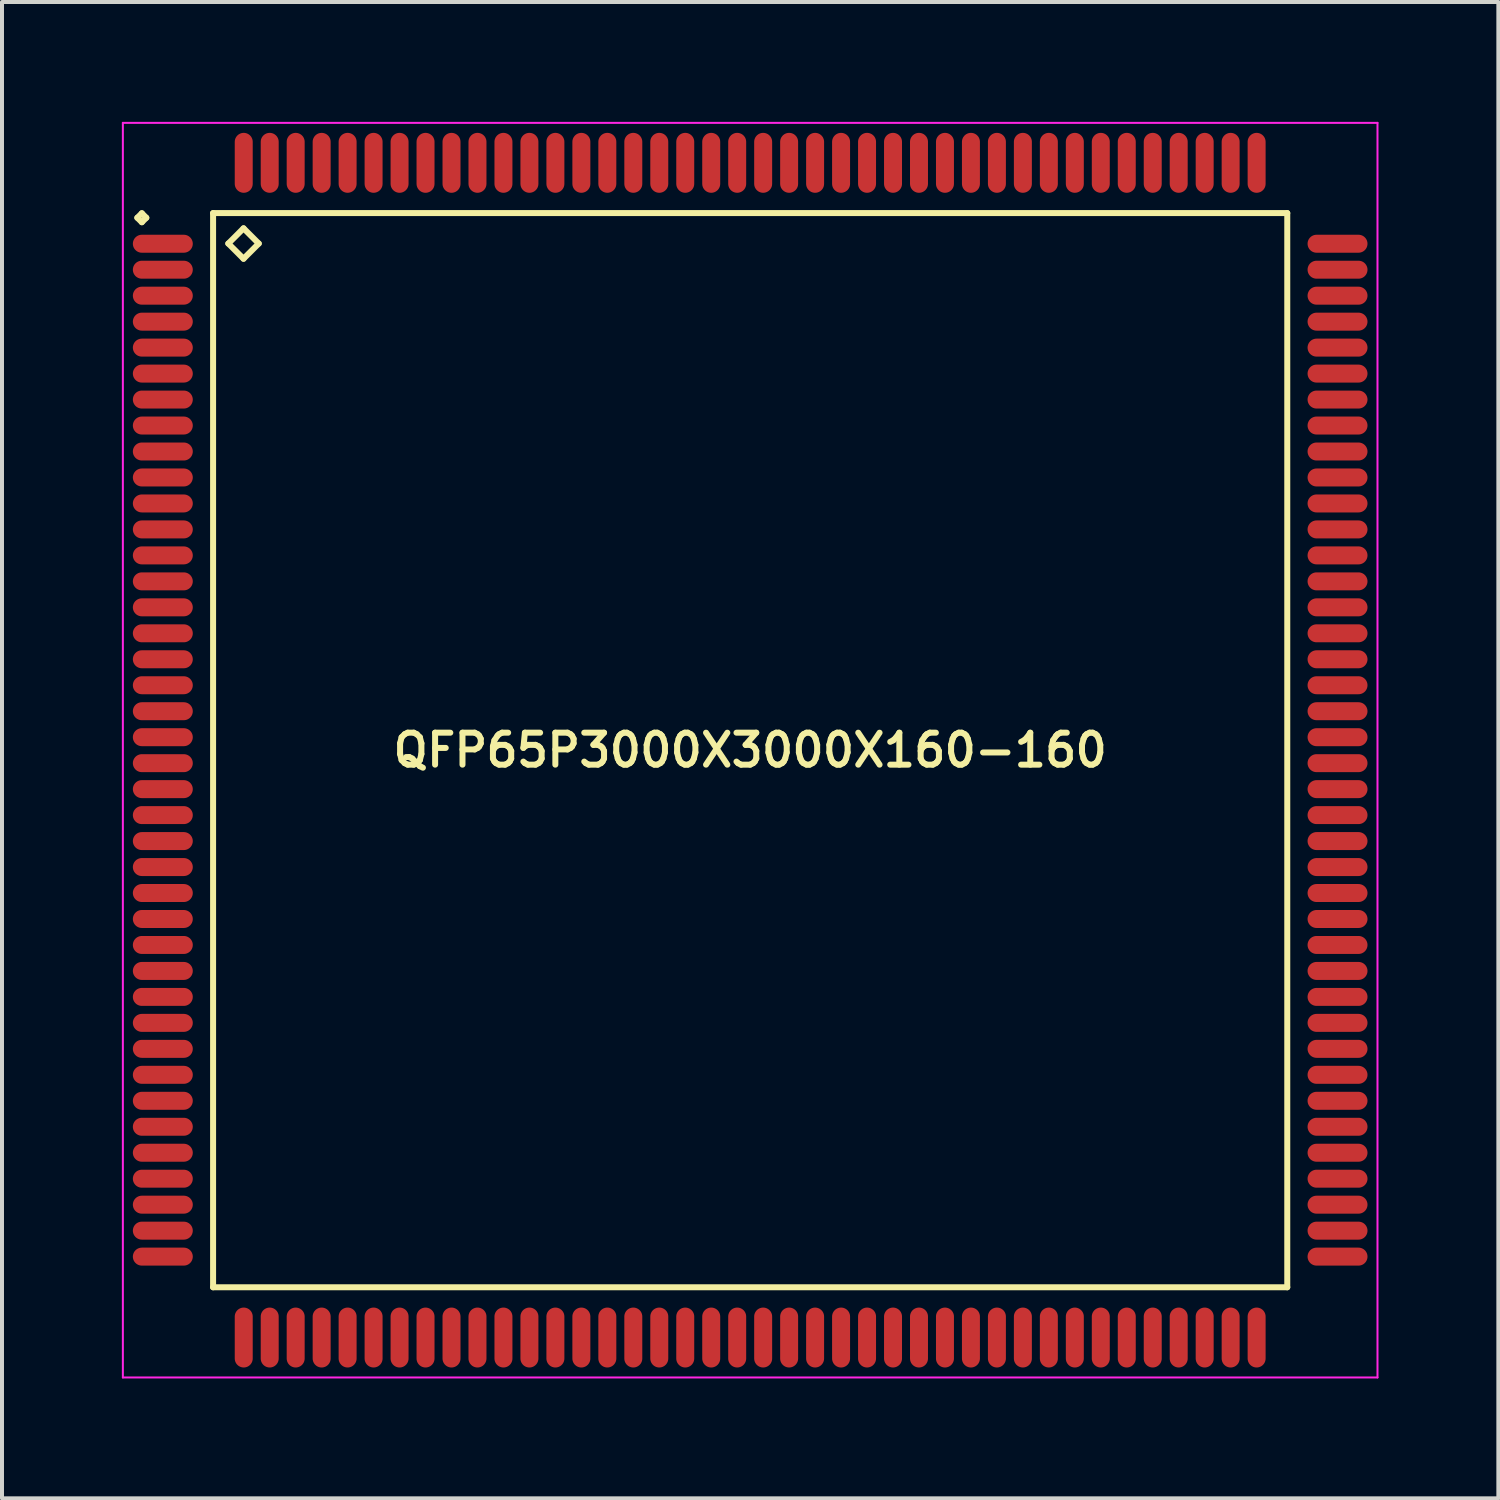
<source format=kicad_pcb>
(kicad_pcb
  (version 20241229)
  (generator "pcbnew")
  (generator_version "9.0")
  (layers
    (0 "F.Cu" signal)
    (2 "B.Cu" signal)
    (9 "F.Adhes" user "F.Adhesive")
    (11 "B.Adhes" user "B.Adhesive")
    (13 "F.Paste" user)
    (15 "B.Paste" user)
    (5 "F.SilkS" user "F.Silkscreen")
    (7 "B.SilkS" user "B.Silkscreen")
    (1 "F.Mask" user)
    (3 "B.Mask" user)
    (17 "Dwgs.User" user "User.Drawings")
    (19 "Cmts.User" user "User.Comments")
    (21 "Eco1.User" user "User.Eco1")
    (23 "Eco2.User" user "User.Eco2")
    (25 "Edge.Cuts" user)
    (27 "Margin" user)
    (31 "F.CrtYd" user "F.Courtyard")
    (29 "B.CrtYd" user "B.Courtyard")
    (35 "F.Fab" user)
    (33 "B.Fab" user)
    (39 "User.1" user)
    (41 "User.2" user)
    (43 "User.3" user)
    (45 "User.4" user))
  (footprint "QFP65P3000X3000X160-160"
    (layer "F.Cu")
    (at 15.725 15.725)
    (property "Reference" "QFP65P3000X3000X160-160" (at 0 0 0) (layer "F.SilkS") (effects (font (size 0.8 0.8) (thickness 0.15))))
    (attr smd)
    (fp_line (start -15.338 -13.325) (end -15.225 -13.438) (stroke (width 0.15) (type solid)) (layer "F.SilkS"))
    (fp_line (start -15.225 -13.438) (end -15.113 -13.325) (stroke (width 0.15) (type solid)) (layer "F.SilkS"))
    (fp_line (start -15.225 -13.213) (end -15.338 -13.325) (stroke (width 0.15) (type solid)) (layer "F.SilkS"))
    (fp_line (start -15.113 -13.325) (end -15.225 -13.213) (stroke (width 0.15) (type solid)) (layer "F.SilkS"))
    (fp_line (start -13.442 -13.442) (end -13.442 13.442) (stroke (width 0.15) (type solid)) (layer "F.SilkS"))
    (fp_line (start -13.442 13.442) (end 13.442 13.442) (stroke (width 0.15) (type solid)) (layer "F.SilkS"))
    (fp_line (start -13.061 -12.68) (end -12.68 -13.061) (stroke (width 0.15) (type solid)) (layer "F.SilkS"))
    (fp_line (start -12.68 -13.061) (end -12.299 -12.68) (stroke (width 0.15) (type solid)) (layer "F.SilkS"))
    (fp_line (start -12.68 -12.299) (end -13.061 -12.68) (stroke (width 0.15) (type solid)) (layer "F.SilkS"))
    (fp_line (start -12.299 -12.68) (end -12.68 -12.299) (stroke (width 0.15) (type solid)) (layer "F.SilkS"))
    (fp_line (start 13.442 -13.442) (end -13.442 -13.442) (stroke (width 0.15) (type solid)) (layer "F.SilkS"))
    (fp_line (start 13.442 13.442) (end 13.442 -13.442) (stroke (width 0.15) (type solid)) (layer "F.SilkS"))
    (fp_line (start -15.7 -15.7) (end 15.7 -15.7) (stroke (width 0.05) (type solid)) (layer "F.CrtYd"))
    (fp_line (start -15.7 15.7) (end -15.7 -15.7) (stroke (width 0.05) (type solid)) (layer "F.CrtYd"))
    (fp_line (start 15.7 -15.7) (end 15.7 15.7) (stroke (width 0.05) (type solid)) (layer "F.CrtYd"))
    (fp_line (start 15.7 15.7) (end -15.7 15.7) (stroke (width 0.05) (type solid)) (layer "F.CrtYd"))
    (pad "1" smd oval (at -14.7 -12.675) (size 1.5 0.45) (layers "F.Cu" "F.Mask" "F.Paste"))
    (pad "2" smd oval (at -14.7 -12.025) (size 1.5 0.45) (layers "F.Cu" "F.Mask" "F.Paste"))
    (pad "3" smd oval (at -14.7 -11.375) (size 1.5 0.45) (layers "F.Cu" "F.Mask" "F.Paste"))
    (pad "4" smd oval (at -14.7 -10.725) (size 1.5 0.45) (layers "F.Cu" "F.Mask" "F.Paste"))
    (pad "5" smd oval (at -14.7 -10.075) (size 1.5 0.45) (layers "F.Cu" "F.Mask" "F.Paste"))
    (pad "6" smd oval (at -14.7 -9.425) (size 1.5 0.45) (layers "F.Cu" "F.Mask" "F.Paste"))
    (pad "7" smd oval (at -14.7 -8.775) (size 1.5 0.45) (layers "F.Cu" "F.Mask" "F.Paste"))
    (pad "8" smd oval (at -14.7 -8.125) (size 1.5 0.45) (layers "F.Cu" "F.Mask" "F.Paste"))
    (pad "9" smd oval (at -14.7 -7.475) (size 1.5 0.45) (layers "F.Cu" "F.Mask" "F.Paste"))
    (pad "10" smd oval (at -14.7 -6.825) (size 1.5 0.45) (layers "F.Cu" "F.Mask" "F.Paste"))
    (pad "11" smd oval (at -14.7 -6.175) (size 1.5 0.45) (layers "F.Cu" "F.Mask" "F.Paste"))
    (pad "12" smd oval (at -14.7 -5.525) (size 1.5 0.45) (layers "F.Cu" "F.Mask" "F.Paste"))
    (pad "13" smd oval (at -14.7 -4.875) (size 1.5 0.45) (layers "F.Cu" "F.Mask" "F.Paste"))
    (pad "14" smd oval (at -14.7 -4.225) (size 1.5 0.45) (layers "F.Cu" "F.Mask" "F.Paste"))
    (pad "15" smd oval (at -14.7 -3.575) (size 1.5 0.45) (layers "F.Cu" "F.Mask" "F.Paste"))
    (pad "16" smd oval (at -14.7 -2.925) (size 1.5 0.45) (layers "F.Cu" "F.Mask" "F.Paste"))
    (pad "17" smd oval (at -14.7 -2.275) (size 1.5 0.45) (layers "F.Cu" "F.Mask" "F.Paste"))
    (pad "18" smd oval (at -14.7 -1.625) (size 1.5 0.45) (layers "F.Cu" "F.Mask" "F.Paste"))
    (pad "19" smd oval (at -14.7 -0.975) (size 1.5 0.45) (layers "F.Cu" "F.Mask" "F.Paste"))
    (pad "20" smd oval (at -14.7 -0.325) (size 1.5 0.45) (layers "F.Cu" "F.Mask" "F.Paste"))
    (pad "21" smd oval (at -14.7 0.325) (size 1.5 0.45) (layers "F.Cu" "F.Mask" "F.Paste"))
    (pad "22" smd oval (at -14.7 0.975) (size 1.5 0.45) (layers "F.Cu" "F.Mask" "F.Paste"))
    (pad "23" smd oval (at -14.7 1.625) (size 1.5 0.45) (layers "F.Cu" "F.Mask" "F.Paste"))
    (pad "24" smd oval (at -14.7 2.275) (size 1.5 0.45) (layers "F.Cu" "F.Mask" "F.Paste"))
    (pad "25" smd oval (at -14.7 2.925) (size 1.5 0.45) (layers "F.Cu" "F.Mask" "F.Paste"))
    (pad "26" smd oval (at -14.7 3.575) (size 1.5 0.45) (layers "F.Cu" "F.Mask" "F.Paste"))
    (pad "27" smd oval (at -14.7 4.225) (size 1.5 0.45) (layers "F.Cu" "F.Mask" "F.Paste"))
    (pad "28" smd oval (at -14.7 4.875) (size 1.5 0.45) (layers "F.Cu" "F.Mask" "F.Paste"))
    (pad "29" smd oval (at -14.7 5.525) (size 1.5 0.45) (layers "F.Cu" "F.Mask" "F.Paste"))
    (pad "30" smd oval (at -14.7 6.175) (size 1.5 0.45) (layers "F.Cu" "F.Mask" "F.Paste"))
    (pad "31" smd oval (at -14.7 6.825) (size 1.5 0.45) (layers "F.Cu" "F.Mask" "F.Paste"))
    (pad "32" smd oval (at -14.7 7.475) (size 1.5 0.45) (layers "F.Cu" "F.Mask" "F.Paste"))
    (pad "33" smd oval (at -14.7 8.125) (size 1.5 0.45) (layers "F.Cu" "F.Mask" "F.Paste"))
    (pad "34" smd oval (at -14.7 8.775) (size 1.5 0.45) (layers "F.Cu" "F.Mask" "F.Paste"))
    (pad "35" smd oval (at -14.7 9.425) (size 1.5 0.45) (layers "F.Cu" "F.Mask" "F.Paste"))
    (pad "36" smd oval (at -14.7 10.075) (size 1.5 0.45) (layers "F.Cu" "F.Mask" "F.Paste"))
    (pad "37" smd oval (at -14.7 10.725) (size 1.5 0.45) (layers "F.Cu" "F.Mask" "F.Paste"))
    (pad "38" smd oval (at -14.7 11.375) (size 1.5 0.45) (layers "F.Cu" "F.Mask" "F.Paste"))
    (pad "39" smd oval (at -14.7 12.025) (size 1.5 0.45) (layers "F.Cu" "F.Mask" "F.Paste"))
    (pad "40" smd oval (at -14.7 12.675) (size 1.5 0.45) (layers "F.Cu" "F.Mask" "F.Paste"))
    (pad "41" smd oval (at -12.675 14.7) (size 0.45 1.5) (layers "F.Cu" "F.Mask" "F.Paste"))
    (pad "42" smd oval (at -12.025 14.7) (size 0.45 1.5) (layers "F.Cu" "F.Mask" "F.Paste"))
    (pad "43" smd oval (at -11.375 14.7) (size 0.45 1.5) (layers "F.Cu" "F.Mask" "F.Paste"))
    (pad "44" smd oval (at -10.725 14.7) (size 0.45 1.5) (layers "F.Cu" "F.Mask" "F.Paste"))
    (pad "45" smd oval (at -10.075 14.7) (size 0.45 1.5) (layers "F.Cu" "F.Mask" "F.Paste"))
    (pad "46" smd oval (at -9.425 14.7) (size 0.45 1.5) (layers "F.Cu" "F.Mask" "F.Paste"))
    (pad "47" smd oval (at -8.775 14.7) (size 0.45 1.5) (layers "F.Cu" "F.Mask" "F.Paste"))
    (pad "48" smd oval (at -8.125 14.7) (size 0.45 1.5) (layers "F.Cu" "F.Mask" "F.Paste"))
    (pad "49" smd oval (at -7.475 14.7) (size 0.45 1.5) (layers "F.Cu" "F.Mask" "F.Paste"))
    (pad "50" smd oval (at -6.825 14.7) (size 0.45 1.5) (layers "F.Cu" "F.Mask" "F.Paste"))
    (pad "51" smd oval (at -6.175 14.7) (size 0.45 1.5) (layers "F.Cu" "F.Mask" "F.Paste"))
    (pad "52" smd oval (at -5.525 14.7) (size 0.45 1.5) (layers "F.Cu" "F.Mask" "F.Paste"))
    (pad "53" smd oval (at -4.875 14.7) (size 0.45 1.5) (layers "F.Cu" "F.Mask" "F.Paste"))
    (pad "54" smd oval (at -4.225 14.7) (size 0.45 1.5) (layers "F.Cu" "F.Mask" "F.Paste"))
    (pad "55" smd oval (at -3.575 14.7) (size 0.45 1.5) (layers "F.Cu" "F.Mask" "F.Paste"))
    (pad "56" smd oval (at -2.925 14.7) (size 0.45 1.5) (layers "F.Cu" "F.Mask" "F.Paste"))
    (pad "57" smd oval (at -2.275 14.7) (size 0.45 1.5) (layers "F.Cu" "F.Mask" "F.Paste"))
    (pad "58" smd oval (at -1.625 14.7) (size 0.45 1.5) (layers "F.Cu" "F.Mask" "F.Paste"))
    (pad "59" smd oval (at -0.975 14.7) (size 0.45 1.5) (layers "F.Cu" "F.Mask" "F.Paste"))
    (pad "60" smd oval (at -0.325 14.7) (size 0.45 1.5) (layers "F.Cu" "F.Mask" "F.Paste"))
    (pad "61" smd oval (at 0.325 14.7) (size 0.45 1.5) (layers "F.Cu" "F.Mask" "F.Paste"))
    (pad "62" smd oval (at 0.975 14.7) (size 0.45 1.5) (layers "F.Cu" "F.Mask" "F.Paste"))
    (pad "63" smd oval (at 1.625 14.7) (size 0.45 1.5) (layers "F.Cu" "F.Mask" "F.Paste"))
    (pad "64" smd oval (at 2.275 14.7) (size 0.45 1.5) (layers "F.Cu" "F.Mask" "F.Paste"))
    (pad "65" smd oval (at 2.925 14.7) (size 0.45 1.5) (layers "F.Cu" "F.Mask" "F.Paste"))
    (pad "66" smd oval (at 3.575 14.7) (size 0.45 1.5) (layers "F.Cu" "F.Mask" "F.Paste"))
    (pad "67" smd oval (at 4.225 14.7) (size 0.45 1.5) (layers "F.Cu" "F.Mask" "F.Paste"))
    (pad "68" smd oval (at 4.875 14.7) (size 0.45 1.5) (layers "F.Cu" "F.Mask" "F.Paste"))
    (pad "69" smd oval (at 5.525 14.7) (size 0.45 1.5) (layers "F.Cu" "F.Mask" "F.Paste"))
    (pad "70" smd oval (at 6.175 14.7) (size 0.45 1.5) (layers "F.Cu" "F.Mask" "F.Paste"))
    (pad "71" smd oval (at 6.825 14.7) (size 0.45 1.5) (layers "F.Cu" "F.Mask" "F.Paste"))
    (pad "72" smd oval (at 7.475 14.7) (size 0.45 1.5) (layers "F.Cu" "F.Mask" "F.Paste"))
    (pad "73" smd oval (at 8.125 14.7) (size 0.45 1.5) (layers "F.Cu" "F.Mask" "F.Paste"))
    (pad "74" smd oval (at 8.775 14.7) (size 0.45 1.5) (layers "F.Cu" "F.Mask" "F.Paste"))
    (pad "75" smd oval (at 9.425 14.7) (size 0.45 1.5) (layers "F.Cu" "F.Mask" "F.Paste"))
    (pad "76" smd oval (at 10.075 14.7) (size 0.45 1.5) (layers "F.Cu" "F.Mask" "F.Paste"))
    (pad "77" smd oval (at 10.725 14.7) (size 0.45 1.5) (layers "F.Cu" "F.Mask" "F.Paste"))
    (pad "78" smd oval (at 11.375 14.7) (size 0.45 1.5) (layers "F.Cu" "F.Mask" "F.Paste"))
    (pad "79" smd oval (at 12.025 14.7) (size 0.45 1.5) (layers "F.Cu" "F.Mask" "F.Paste"))
    (pad "80" smd oval (at 12.675 14.7) (size 0.45 1.5) (layers "F.Cu" "F.Mask" "F.Paste"))
    (pad "81" smd oval (at 14.7 12.675) (size 1.5 0.45) (layers "F.Cu" "F.Mask" "F.Paste"))
    (pad "82" smd oval (at 14.7 12.025) (size 1.5 0.45) (layers "F.Cu" "F.Mask" "F.Paste"))
    (pad "83" smd oval (at 14.7 11.375) (size 1.5 0.45) (layers "F.Cu" "F.Mask" "F.Paste"))
    (pad "84" smd oval (at 14.7 10.725) (size 1.5 0.45) (layers "F.Cu" "F.Mask" "F.Paste"))
    (pad "85" smd oval (at 14.7 10.075) (size 1.5 0.45) (layers "F.Cu" "F.Mask" "F.Paste"))
    (pad "86" smd oval (at 14.7 9.425) (size 1.5 0.45) (layers "F.Cu" "F.Mask" "F.Paste"))
    (pad "87" smd oval (at 14.7 8.775) (size 1.5 0.45) (layers "F.Cu" "F.Mask" "F.Paste"))
    (pad "88" smd oval (at 14.7 8.125) (size 1.5 0.45) (layers "F.Cu" "F.Mask" "F.Paste"))
    (pad "89" smd oval (at 14.7 7.475) (size 1.5 0.45) (layers "F.Cu" "F.Mask" "F.Paste"))
    (pad "90" smd oval (at 14.7 6.825) (size 1.5 0.45) (layers "F.Cu" "F.Mask" "F.Paste"))
    (pad "91" smd oval (at 14.7 6.175) (size 1.5 0.45) (layers "F.Cu" "F.Mask" "F.Paste"))
    (pad "92" smd oval (at 14.7 5.525) (size 1.5 0.45) (layers "F.Cu" "F.Mask" "F.Paste"))
    (pad "93" smd oval (at 14.7 4.875) (size 1.5 0.45) (layers "F.Cu" "F.Mask" "F.Paste"))
    (pad "94" smd oval (at 14.7 4.225) (size 1.5 0.45) (layers "F.Cu" "F.Mask" "F.Paste"))
    (pad "95" smd oval (at 14.7 3.575) (size 1.5 0.45) (layers "F.Cu" "F.Mask" "F.Paste"))
    (pad "96" smd oval (at 14.7 2.925) (size 1.5 0.45) (layers "F.Cu" "F.Mask" "F.Paste"))
    (pad "97" smd oval (at 14.7 2.275) (size 1.5 0.45) (layers "F.Cu" "F.Mask" "F.Paste"))
    (pad "98" smd oval (at 14.7 1.625) (size 1.5 0.45) (layers "F.Cu" "F.Mask" "F.Paste"))
    (pad "99" smd oval (at 14.7 0.975) (size 1.5 0.45) (layers "F.Cu" "F.Mask" "F.Paste"))
    (pad "100" smd oval (at 14.7 0.325) (size 1.5 0.45) (layers "F.Cu" "F.Mask" "F.Paste"))
    (pad "101" smd oval (at 14.7 -0.325) (size 1.5 0.45) (layers "F.Cu" "F.Mask" "F.Paste"))
    (pad "102" smd oval (at 14.7 -0.975) (size 1.5 0.45) (layers "F.Cu" "F.Mask" "F.Paste"))
    (pad "103" smd oval (at 14.7 -1.625) (size 1.5 0.45) (layers "F.Cu" "F.Mask" "F.Paste"))
    (pad "104" smd oval (at 14.7 -2.275) (size 1.5 0.45) (layers "F.Cu" "F.Mask" "F.Paste"))
    (pad "105" smd oval (at 14.7 -2.925) (size 1.5 0.45) (layers "F.Cu" "F.Mask" "F.Paste"))
    (pad "106" smd oval (at 14.7 -3.575) (size 1.5 0.45) (layers "F.Cu" "F.Mask" "F.Paste"))
    (pad "107" smd oval (at 14.7 -4.225) (size 1.5 0.45) (layers "F.Cu" "F.Mask" "F.Paste"))
    (pad "108" smd oval (at 14.7 -4.875) (size 1.5 0.45) (layers "F.Cu" "F.Mask" "F.Paste"))
    (pad "109" smd oval (at 14.7 -5.525) (size 1.5 0.45) (layers "F.Cu" "F.Mask" "F.Paste"))
    (pad "110" smd oval (at 14.7 -6.175) (size 1.5 0.45) (layers "F.Cu" "F.Mask" "F.Paste"))
    (pad "111" smd oval (at 14.7 -6.825) (size 1.5 0.45) (layers "F.Cu" "F.Mask" "F.Paste"))
    (pad "112" smd oval (at 14.7 -7.475) (size 1.5 0.45) (layers "F.Cu" "F.Mask" "F.Paste"))
    (pad "113" smd oval (at 14.7 -8.125) (size 1.5 0.45) (layers "F.Cu" "F.Mask" "F.Paste"))
    (pad "114" smd oval (at 14.7 -8.775) (size 1.5 0.45) (layers "F.Cu" "F.Mask" "F.Paste"))
    (pad "115" smd oval (at 14.7 -9.425) (size 1.5 0.45) (layers "F.Cu" "F.Mask" "F.Paste"))
    (pad "116" smd oval (at 14.7 -10.075) (size 1.5 0.45) (layers "F.Cu" "F.Mask" "F.Paste"))
    (pad "117" smd oval (at 14.7 -10.725) (size 1.5 0.45) (layers "F.Cu" "F.Mask" "F.Paste"))
    (pad "118" smd oval (at 14.7 -11.375) (size 1.5 0.45) (layers "F.Cu" "F.Mask" "F.Paste"))
    (pad "119" smd oval (at 14.7 -12.025) (size 1.5 0.45) (layers "F.Cu" "F.Mask" "F.Paste"))
    (pad "120" smd oval (at 14.7 -12.675) (size 1.5 0.45) (layers "F.Cu" "F.Mask" "F.Paste"))
    (pad "121" smd oval (at 12.675 -14.7) (size 0.45 1.5) (layers "F.Cu" "F.Mask" "F.Paste"))
    (pad "122" smd oval (at 12.025 -14.7) (size 0.45 1.5) (layers "F.Cu" "F.Mask" "F.Paste"))
    (pad "123" smd oval (at 11.375 -14.7) (size 0.45 1.5) (layers "F.Cu" "F.Mask" "F.Paste"))
    (pad "124" smd oval (at 10.725 -14.7) (size 0.45 1.5) (layers "F.Cu" "F.Mask" "F.Paste"))
    (pad "125" smd oval (at 10.075 -14.7) (size 0.45 1.5) (layers "F.Cu" "F.Mask" "F.Paste"))
    (pad "126" smd oval (at 9.425 -14.7) (size 0.45 1.5) (layers "F.Cu" "F.Mask" "F.Paste"))
    (pad "127" smd oval (at 8.775 -14.7) (size 0.45 1.5) (layers "F.Cu" "F.Mask" "F.Paste"))
    (pad "128" smd oval (at 8.125 -14.7) (size 0.45 1.5) (layers "F.Cu" "F.Mask" "F.Paste"))
    (pad "129" smd oval (at 7.475 -14.7) (size 0.45 1.5) (layers "F.Cu" "F.Mask" "F.Paste"))
    (pad "130" smd oval (at 6.825 -14.7) (size 0.45 1.5) (layers "F.Cu" "F.Mask" "F.Paste"))
    (pad "131" smd oval (at 6.175 -14.7) (size 0.45 1.5) (layers "F.Cu" "F.Mask" "F.Paste"))
    (pad "132" smd oval (at 5.525 -14.7) (size 0.45 1.5) (layers "F.Cu" "F.Mask" "F.Paste"))
    (pad "133" smd oval (at 4.875 -14.7) (size 0.45 1.5) (layers "F.Cu" "F.Mask" "F.Paste"))
    (pad "134" smd oval (at 4.225 -14.7) (size 0.45 1.5) (layers "F.Cu" "F.Mask" "F.Paste"))
    (pad "135" smd oval (at 3.575 -14.7) (size 0.45 1.5) (layers "F.Cu" "F.Mask" "F.Paste"))
    (pad "136" smd oval (at 2.925 -14.7) (size 0.45 1.5) (layers "F.Cu" "F.Mask" "F.Paste"))
    (pad "137" smd oval (at 2.275 -14.7) (size 0.45 1.5) (layers "F.Cu" "F.Mask" "F.Paste"))
    (pad "138" smd oval (at 1.625 -14.7) (size 0.45 1.5) (layers "F.Cu" "F.Mask" "F.Paste"))
    (pad "139" smd oval (at 0.975 -14.7) (size 0.45 1.5) (layers "F.Cu" "F.Mask" "F.Paste"))
    (pad "140" smd oval (at 0.325 -14.7) (size 0.45 1.5) (layers "F.Cu" "F.Mask" "F.Paste"))
    (pad "141" smd oval (at -0.325 -14.7) (size 0.45 1.5) (layers "F.Cu" "F.Mask" "F.Paste"))
    (pad "142" smd oval (at -0.975 -14.7) (size 0.45 1.5) (layers "F.Cu" "F.Mask" "F.Paste"))
    (pad "143" smd oval (at -1.625 -14.7) (size 0.45 1.5) (layers "F.Cu" "F.Mask" "F.Paste"))
    (pad "144" smd oval (at -2.275 -14.7) (size 0.45 1.5) (layers "F.Cu" "F.Mask" "F.Paste"))
    (pad "145" smd oval (at -2.925 -14.7) (size 0.45 1.5) (layers "F.Cu" "F.Mask" "F.Paste"))
    (pad "146" smd oval (at -3.575 -14.7) (size 0.45 1.5) (layers "F.Cu" "F.Mask" "F.Paste"))
    (pad "147" smd oval (at -4.225 -14.7) (size 0.45 1.5) (layers "F.Cu" "F.Mask" "F.Paste"))
    (pad "148" smd oval (at -4.875 -14.7) (size 0.45 1.5) (layers "F.Cu" "F.Mask" "F.Paste"))
    (pad "149" smd oval (at -5.525 -14.7) (size 0.45 1.5) (layers "F.Cu" "F.Mask" "F.Paste"))
    (pad "150" smd oval (at -6.175 -14.7) (size 0.45 1.5) (layers "F.Cu" "F.Mask" "F.Paste"))
    (pad "151" smd oval (at -6.825 -14.7) (size 0.45 1.5) (layers "F.Cu" "F.Mask" "F.Paste"))
    (pad "152" smd oval (at -7.475 -14.7) (size 0.45 1.5) (layers "F.Cu" "F.Mask" "F.Paste"))
    (pad "153" smd oval (at -8.125 -14.7) (size 0.45 1.5) (layers "F.Cu" "F.Mask" "F.Paste"))
    (pad "154" smd oval (at -8.775 -14.7) (size 0.45 1.5) (layers "F.Cu" "F.Mask" "F.Paste"))
    (pad "155" smd oval (at -9.425 -14.7) (size 0.45 1.5) (layers "F.Cu" "F.Mask" "F.Paste"))
    (pad "156" smd oval (at -10.075 -14.7) (size 0.45 1.5) (layers "F.Cu" "F.Mask" "F.Paste"))
    (pad "157" smd oval (at -10.725 -14.7) (size 0.45 1.5) (layers "F.Cu" "F.Mask" "F.Paste"))
    (pad "158" smd oval (at -11.375 -14.7) (size 0.45 1.5) (layers "F.Cu" "F.Mask" "F.Paste"))
    (pad "159" smd oval (at -12.025 -14.7) (size 0.45 1.5) (layers "F.Cu" "F.Mask" "F.Paste"))
    (pad "160" smd oval (at -12.675 -14.7) (size 0.45 1.5) (layers "F.Cu" "F.Mask" "F.Paste")))
  (gr_rect
    (start -3 -3)
    (end 34.45 34.45)
    (stroke (width 0.1) (type default))
    (fill no)
    (layer "Edge.Cuts")))
</source>
